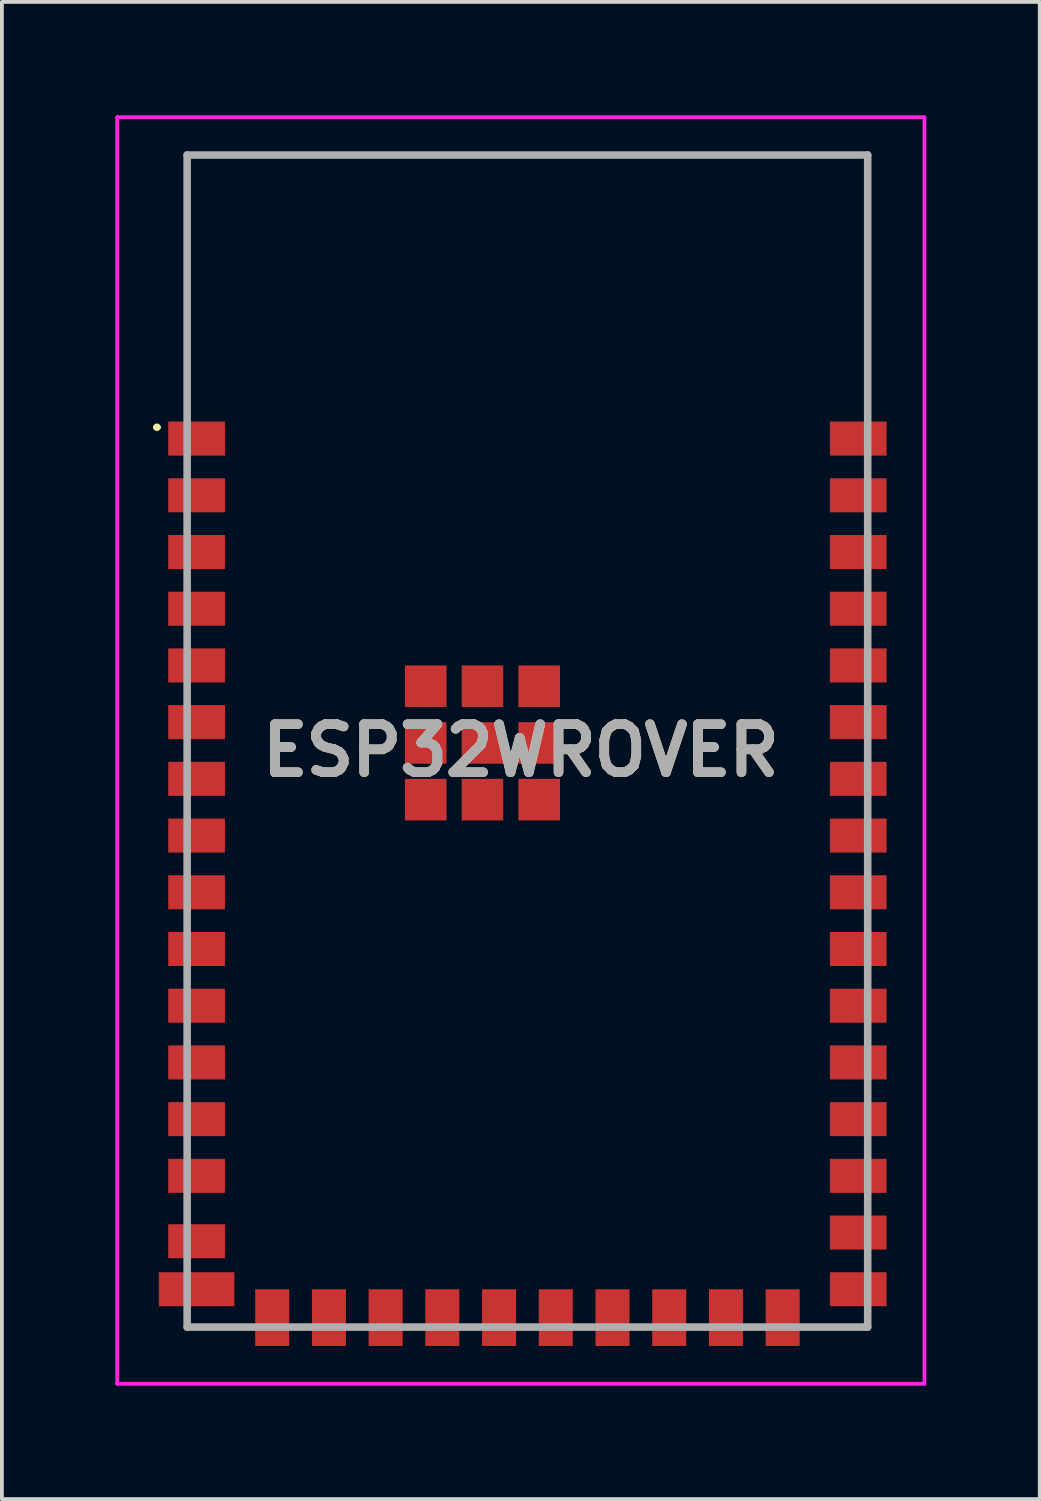
<source format=kicad_pcb>
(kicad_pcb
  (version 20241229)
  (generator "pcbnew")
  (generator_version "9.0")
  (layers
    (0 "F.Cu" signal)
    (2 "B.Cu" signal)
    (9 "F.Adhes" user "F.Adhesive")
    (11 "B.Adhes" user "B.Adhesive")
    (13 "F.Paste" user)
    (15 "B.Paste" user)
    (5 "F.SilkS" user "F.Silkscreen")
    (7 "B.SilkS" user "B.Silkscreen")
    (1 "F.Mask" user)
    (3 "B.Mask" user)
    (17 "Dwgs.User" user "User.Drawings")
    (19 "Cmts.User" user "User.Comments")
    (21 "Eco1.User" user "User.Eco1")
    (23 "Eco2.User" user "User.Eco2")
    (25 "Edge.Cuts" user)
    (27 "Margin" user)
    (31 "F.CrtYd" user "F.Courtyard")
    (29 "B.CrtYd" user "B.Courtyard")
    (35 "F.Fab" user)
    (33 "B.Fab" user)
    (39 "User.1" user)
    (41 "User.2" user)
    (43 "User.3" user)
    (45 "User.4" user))
  (footprint "ESP32WROVER"
    (layer "F.Cu")
    (at 2.15 31.05)
    (property "Reference" "ESP32WROVER" (at 8.575 -14.25 0) (layer "F.SilkS") (effects (font (size 1.27 1.27) (thickness 0.254))))
    (attr smd)
    (fp_line (start -1.1 -22.8) (end -1.1 -22.8) (stroke (width 0.1) (type solid)) (layer "F.SilkS"))
    (fp_line (start -1 -22.8) (end -1 -22.8) (stroke (width 0.1) (type solid)) (layer "F.SilkS"))
    (fp_line (start -0.25 -30) (end 17.75 -30) (stroke (width 0.1) (type solid)) (layer "F.SilkS"))
    (fp_line (start -0.25 -24) (end -0.25 -30) (stroke (width 0.1) (type solid)) (layer "F.SilkS"))
    (fp_line (start 17.75 -30) (end 17.75 -24) (stroke (width 0.1) (type solid)) (layer "F.SilkS"))
    (fp_arc (start -1.1 -22.8) (mid -1.05 -22.85) (end -1 -22.8) (stroke (width 0.1) (type solid)) (layer "F.SilkS"))
    (fp_arc (start -1 -22.8) (mid -1.05 -22.75) (end -1.1 -22.8) (stroke (width 0.1) (type solid)) (layer "F.SilkS"))
    (fp_line (start -2.1 -31) (end 19.25 -31) (stroke (width 0.1) (type solid)) (layer "F.CrtYd"))
    (fp_line (start -2.1 2.5) (end -2.1 -31) (stroke (width 0.1) (type solid)) (layer "F.CrtYd"))
    (fp_line (start 19.25 -31) (end 19.25 2.5) (stroke (width 0.1) (type solid)) (layer "F.CrtYd"))
    (fp_line (start 19.25 2.5) (end -2.1 2.5) (stroke (width 0.1) (type solid)) (layer "F.CrtYd"))
    (fp_line (start -0.25 -30) (end 17.75 -30) (stroke (width 0.2) (type solid)) (layer "F.Fab"))
    (fp_line (start -0.25 1) (end -0.25 -30) (stroke (width 0.2) (type solid)) (layer "F.Fab"))
    (fp_line (start 17.75 -30) (end 17.75 1) (stroke (width 0.2) (type solid)) (layer "F.Fab"))
    (fp_line (start 17.75 1) (end -0.25 1) (stroke (width 0.2) (type solid)) (layer "F.Fab"))
    (fp_text user "${REFERENCE}" (at 8.575 -14.25 0) (layer "F.Fab") (effects (font (size 1.27 1.27) (thickness 0.254))))
    (pad "1" smd rect (at 0 -22.5 90) (size 0.9 1.5) (layers "F.Cu" "F.Mask" "F.Paste"))
    (pad "2" smd rect (at 0 -21 90) (size 0.9 1.5) (layers "F.Cu" "F.Mask" "F.Paste"))
    (pad "3" smd rect (at 0 -19.5 90) (size 0.9 1.5) (layers "F.Cu" "F.Mask" "F.Paste"))
    (pad "4" smd rect (at 0 -18 90) (size 0.9 1.5) (layers "F.Cu" "F.Mask" "F.Paste"))
    (pad "5" smd rect (at 0 -16.5 90) (size 0.9 1.5) (layers "F.Cu" "F.Mask" "F.Paste"))
    (pad "6" smd rect (at 0 -15 90) (size 0.9 1.5) (layers "F.Cu" "F.Mask" "F.Paste"))
    (pad "7" smd rect (at 0 -13.5 90) (size 0.9 1.5) (layers "F.Cu" "F.Mask" "F.Paste"))
    (pad "8" smd rect (at 0 -12 90) (size 0.9 1.5) (layers "F.Cu" "F.Mask" "F.Paste"))
    (pad "9" smd rect (at 0 -10.5 90) (size 0.9 1.5) (layers "F.Cu" "F.Mask" "F.Paste"))
    (pad "10" smd rect (at 0 -9 90) (size 0.9 1.5) (layers "F.Cu" "F.Mask" "F.Paste"))
    (pad "11" smd rect (at 0 -7.5 90) (size 0.9 1.5) (layers "F.Cu" "F.Mask" "F.Paste"))
    (pad "12" smd rect (at 0 -6 90) (size 0.9 1.5) (layers "F.Cu" "F.Mask" "F.Paste"))
    (pad "13" smd rect (at 0 -4.5 90) (size 0.9 1.5) (layers "F.Cu" "F.Mask" "F.Paste"))
    (pad "14" smd rect (at 0 -3 90) (size 0.9 1.5) (layers "F.Cu" "F.Mask" "F.Paste"))
    (pad "15" smd rect (at 0 -1.27 90) (size 0.9 1.5) (layers "F.Cu" "F.Mask" "F.Paste"))
    (pad "16" smd rect (at 0 0 90) (size 0.9 2) (layers "F.Cu" "F.Mask" "F.Paste"))
    (pad "17" smd rect (at 2 0.75) (size 0.9 1.5) (layers "F.Cu" "F.Mask" "F.Paste"))
    (pad "18" smd rect (at 3.5 0.75) (size 0.9 1.5) (layers "F.Cu" "F.Mask" "F.Paste"))
    (pad "19" smd rect (at 5 0.75) (size 0.9 1.5) (layers "F.Cu" "F.Mask" "F.Paste"))
    (pad "20" smd rect (at 6.5 0.75) (size 0.9 1.5) (layers "F.Cu" "F.Mask" "F.Paste"))
    (pad "21" smd rect (at 8 0.75) (size 0.9 1.5) (layers "F.Cu" "F.Mask" "F.Paste"))
    (pad "22" smd rect (at 9.5 0.75) (size 0.9 1.5) (layers "F.Cu" "F.Mask" "F.Paste"))
    (pad "23" smd rect (at 11 0.75) (size 0.9 1.5) (layers "F.Cu" "F.Mask" "F.Paste"))
    (pad "24" smd rect (at 12.5 0.75) (size 0.9 1.5) (layers "F.Cu" "F.Mask" "F.Paste"))
    (pad "25" smd rect (at 14 0.75) (size 0.9 1.5) (layers "F.Cu" "F.Mask" "F.Paste"))
    (pad "26" smd rect (at 15.5 0.75) (size 0.9 1.5) (layers "F.Cu" "F.Mask" "F.Paste"))
    (pad "27" smd rect (at 17.5 0 90) (size 0.9 1.5) (layers "F.Cu" "F.Mask" "F.Paste"))
    (pad "28" smd rect (at 17.5 -1.5 90) (size 0.9 1.5) (layers "F.Cu" "F.Mask" "F.Paste"))
    (pad "29" smd rect (at 17.5 -3 90) (size 0.9 1.5) (layers "F.Cu" "F.Mask" "F.Paste"))
    (pad "30" smd rect (at 17.5 -4.5 90) (size 0.9 1.5) (layers "F.Cu" "F.Mask" "F.Paste"))
    (pad "31" smd rect (at 17.5 -6 90) (size 0.9 1.5) (layers "F.Cu" "F.Mask" "F.Paste"))
    (pad "32" smd rect (at 17.5 -7.5 90) (size 0.9 1.5) (layers "F.Cu" "F.Mask" "F.Paste"))
    (pad "33" smd rect (at 17.5 -9 90) (size 0.9 1.5) (layers "F.Cu" "F.Mask" "F.Paste"))
    (pad "34" smd rect (at 17.5 -10.5 90) (size 0.9 1.5) (layers "F.Cu" "F.Mask" "F.Paste"))
    (pad "35" smd rect (at 17.5 -12 90) (size 0.9 1.5) (layers "F.Cu" "F.Mask" "F.Paste"))
    (pad "36" smd rect (at 17.5 -13.5 90) (size 0.9 1.5) (layers "F.Cu" "F.Mask" "F.Paste"))
    (pad "37" smd rect (at 17.5 -15 90) (size 0.9 1.5) (layers "F.Cu" "F.Mask" "F.Paste"))
    (pad "38" smd rect (at 17.5 -16.5 90) (size 0.9 1.5) (layers "F.Cu" "F.Mask" "F.Paste"))
    (pad "39" smd rect (at 17.5 -18 90) (size 0.9 1.5) (layers "F.Cu" "F.Mask" "F.Paste"))
    (pad "40" smd rect (at 17.5 -19.5 90) (size 0.9 1.5) (layers "F.Cu" "F.Mask" "F.Paste"))
    (pad "41" smd rect (at 17.5 -21 90) (size 0.9 1.5) (layers "F.Cu" "F.Mask" "F.Paste"))
    (pad "42" smd rect (at 17.5 -22.5 90) (size 0.9 1.5) (layers "F.Cu" "F.Mask" "F.Paste"))
    (pad "43" smd rect (at 7.56 -14.45) (size 1.1 1.1) (layers "F.Cu" "F.Mask" "F.Paste"))
    (pad "44" smd rect (at 9.06 -14.45) (size 1.1 1.1) (layers "F.Cu" "F.Mask" "F.Paste"))
    (pad "45" smd rect (at 9.06 -15.95) (size 1.1 1.1) (layers "F.Cu" "F.Mask" "F.Paste"))
    (pad "46" smd rect (at 7.56 -15.95) (size 1.1 1.1) (layers "F.Cu" "F.Mask" "F.Paste"))
    (pad "47" smd rect (at 6.06 -15.95) (size 1.1 1.1) (layers "F.Cu" "F.Mask" "F.Paste"))
    (pad "48" smd rect (at 6.06 -14.45) (size 1.1 1.1) (layers "F.Cu" "F.Mask" "F.Paste"))
    (pad "49" smd rect (at 6.06 -12.95) (size 1.1 1.1) (layers "F.Cu" "F.Mask" "F.Paste"))
    (pad "50" smd rect (at 7.56 -12.95) (size 1.1 1.1) (layers "F.Cu" "F.Mask" "F.Paste"))
    (pad "51" smd rect (at 9.06 -12.95) (size 1.1 1.1) (layers "F.Cu" "F.Mask" "F.Paste")))
  (gr_rect
    (start -3 -3)
    (end 24.45 36.6)
    (stroke (width 0.1) (type default))
    (fill no)
    (layer "Edge.Cuts")))
</source>
